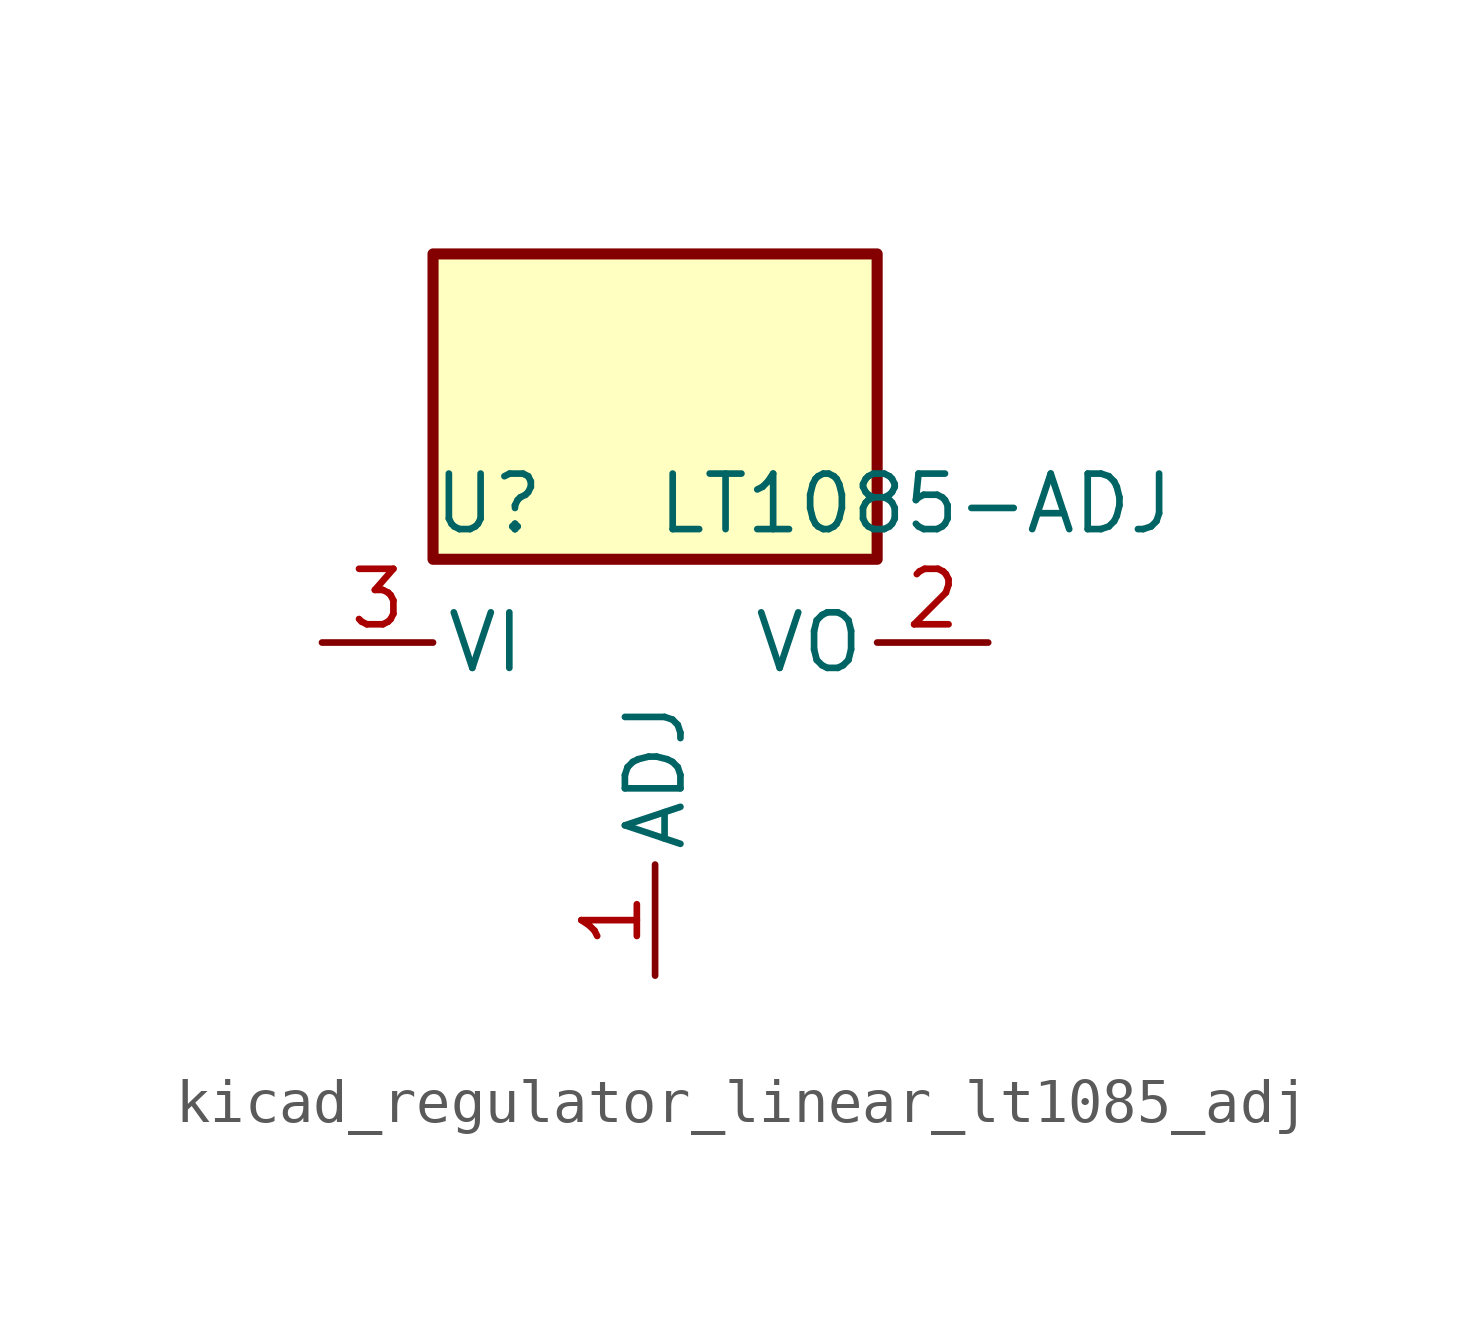
<source format=kicad_sym>
(kicad_symbol_lib
  (version 20220914)
  (generator kicad_symbol_editor)
  (symbol "kicad_regulator_linear_lt1085_adj"
    (pin_names
      (offset 0.254))
    (property "Reference" "U"
      (at -3.81 3.175 0)
      (effects (font (size 1.27 1.27))))
    (property "Value" "LT1085-ADJ"
      (at 0 3.175 0)
      (effects (font (size 1.27 1.27)) (justify left)))
    (symbol "kicad_regulator_linear_lt1085_adj_0_1"
      (rectangle (start 5.08 8.89) (end -5.08 1.905) (stroke (width 0.254) (type default)) (fill (type background))))
    (symbol "kicad_regulator_linear_lt1085_adj_1_1"
      (pin input line (at 0 -7.62 90) (length 2.54) (name "ADJ" (effects (font (size 1.27 1.27)))) (number "1" (effects (font (size 1.27 1.27)))))
      (pin power_out line (at 7.62 0 180) (length 2.54) (name "VO" (effects (font (size 1.27 1.27)))) (number "2" (effects (font (size 1.27 1.27)))))
      (pin power_in line (at -7.62 0 0) (length 2.54) (name "VI" (effects (font (size 1.27 1.27)))) (number "3" (effects (font (size 1.27 1.27))))))))
</source>
